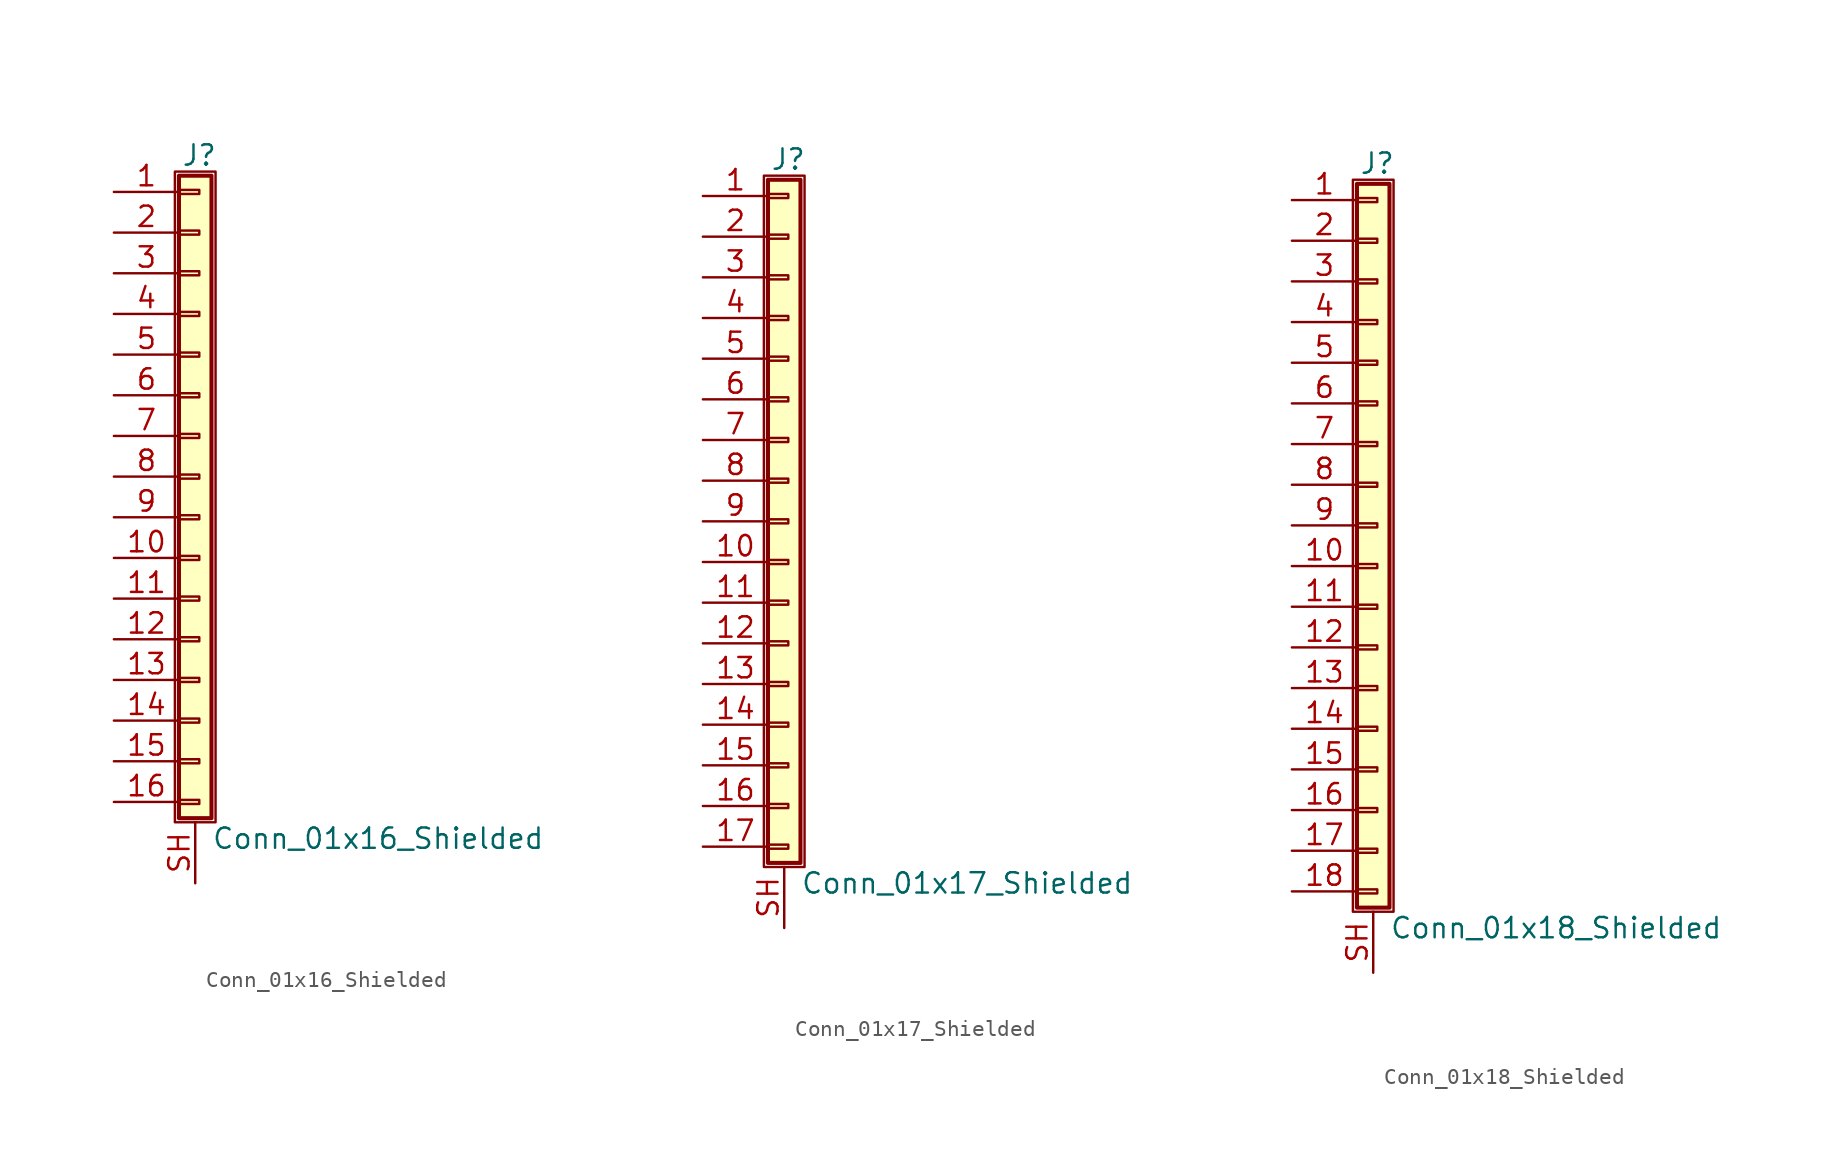
<source format=kicad_sym>
(kicad_symbol_lib
  (version 20201005)
  (generator kicad_symbol_editor)
  (symbol "Conn_01x16_Shielded"
    (pin_names
      (offset 1.016) hide)
    (property "Reference" "J"
      (at 0.254 20.066 0)
      (effects (font (size 1.27 1.27))))
    (property "Value" "Conn_01x16_Shielded"
      (at 1.016 -22.606 0)
      (effects (font (size 1.27 1.27)) (justify left)))
    (symbol "Conn_01x16_Shielded_1_1"
      (rectangle (start -1.27 19.05) (end 1.27 -21.59) (stroke (width 0.152)) (fill (type none)))
      (rectangle (start -1.016 -20.193) (end 0.254 -20.447) (stroke (width 0.152)) (fill (type none)))
      (rectangle (start -1.016 -17.653) (end 0.254 -17.907) (stroke (width 0.152)) (fill (type none)))
      (rectangle (start -1.016 -15.113) (end 0.254 -15.367) (stroke (width 0.152)) (fill (type none)))
      (rectangle (start -1.016 -12.573) (end 0.254 -12.827) (stroke (width 0.152)) (fill (type none)))
      (rectangle (start -1.016 -10.033) (end 0.254 -10.287) (stroke (width 0.152)) (fill (type none)))
      (rectangle (start -1.016 -7.493) (end 0.254 -7.747) (stroke (width 0.152)) (fill (type none)))
      (rectangle (start -1.016 -4.953) (end 0.254 -5.207) (stroke (width 0.152)) (fill (type none)))
      (rectangle (start -1.016 -2.413) (end 0.254 -2.667) (stroke (width 0.152)) (fill (type none)))
      (rectangle (start -1.016 0.127) (end 0.254 -0.127) (stroke (width 0.152)) (fill (type none)))
      (rectangle (start -1.016 2.667) (end 0.254 2.413) (stroke (width 0.152)) (fill (type none)))
      (rectangle (start -1.016 5.207) (end 0.254 4.953) (stroke (width 0.152)) (fill (type none)))
      (rectangle (start -1.016 7.747) (end 0.254 7.493) (stroke (width 0.152)) (fill (type none)))
      (rectangle (start -1.016 10.287) (end 0.254 10.033) (stroke (width 0.152)) (fill (type none)))
      (rectangle (start -1.016 12.827) (end 0.254 12.573) (stroke (width 0.152)) (fill (type none)))
      (rectangle (start -1.016 15.367) (end 0.254 15.113) (stroke (width 0.152)) (fill (type none)))
      (rectangle (start -1.016 17.907) (end 0.254 17.653) (stroke (width 0.152)) (fill (type none)))
      (rectangle (start -1.016 18.796) (end 1.016 -21.336) (stroke (width 0.254)) (fill (type background)))
      (pin passive line (at -5.08 17.78 0) (length 4.064) (name "Pin_1" (effects (font (size 1.27 1.27)))) (number "1" (effects (font (size 1.27 1.27)))))
      (pin passive line (at -5.08 -5.08 0) (length 4.064) (name "Pin_10" (effects (font (size 1.27 1.27)))) (number "10" (effects (font (size 1.27 1.27)))))
      (pin passive line (at -5.08 -7.62 0) (length 4.064) (name "Pin_11" (effects (font (size 1.27 1.27)))) (number "11" (effects (font (size 1.27 1.27)))))
      (pin passive line (at -5.08 -10.16 0) (length 4.064) (name "Pin_12" (effects (font (size 1.27 1.27)))) (number "12" (effects (font (size 1.27 1.27)))))
      (pin passive line (at -5.08 -12.7 0) (length 4.064) (name "Pin_13" (effects (font (size 1.27 1.27)))) (number "13" (effects (font (size 1.27 1.27)))))
      (pin passive line (at -5.08 -15.24 0) (length 4.064) (name "Pin_14" (effects (font (size 1.27 1.27)))) (number "14" (effects (font (size 1.27 1.27)))))
      (pin passive line (at -5.08 -17.78 0) (length 4.064) (name "Pin_15" (effects (font (size 1.27 1.27)))) (number "15" (effects (font (size 1.27 1.27)))))
      (pin passive line (at -5.08 -20.32 0) (length 4.064) (name "Pin_16" (effects (font (size 1.27 1.27)))) (number "16" (effects (font (size 1.27 1.27)))))
      (pin passive line (at -5.08 15.24 0) (length 4.064) (name "Pin_2" (effects (font (size 1.27 1.27)))) (number "2" (effects (font (size 1.27 1.27)))))
      (pin passive line (at -5.08 12.7 0) (length 4.064) (name "Pin_3" (effects (font (size 1.27 1.27)))) (number "3" (effects (font (size 1.27 1.27)))))
      (pin passive line (at -5.08 10.16 0) (length 4.064) (name "Pin_4" (effects (font (size 1.27 1.27)))) (number "4" (effects (font (size 1.27 1.27)))))
      (pin passive line (at -5.08 7.62 0) (length 4.064) (name "Pin_5" (effects (font (size 1.27 1.27)))) (number "5" (effects (font (size 1.27 1.27)))))
      (pin passive line (at -5.08 5.08 0) (length 4.064) (name "Pin_6" (effects (font (size 1.27 1.27)))) (number "6" (effects (font (size 1.27 1.27)))))
      (pin passive line (at -5.08 2.54 0) (length 4.064) (name "Pin_7" (effects (font (size 1.27 1.27)))) (number "7" (effects (font (size 1.27 1.27)))))
      (pin passive line (at -5.08 0 0) (length 4.064) (name "Pin_8" (effects (font (size 1.27 1.27)))) (number "8" (effects (font (size 1.27 1.27)))))
      (pin passive line (at -5.08 -2.54 0) (length 4.064) (name "Pin_9" (effects (font (size 1.27 1.27)))) (number "9" (effects (font (size 1.27 1.27)))))
      (pin passive line (at 0 -25.4 90) (length 3.81) (name "Shield" (effects (font (size 1.27 1.27)))) (number "SH" (effects (font (size 1.27 1.27)))))))
  (symbol "Conn_01x17_Shielded"
    (pin_names
      (offset 1.016) hide)
    (property "Reference" "J"
      (at 0.254 22.606 0)
      (effects (font (size 1.27 1.27))))
    (property "Value" "Conn_01x17_Shielded"
      (at 1.016 -22.606 0)
      (effects (font (size 1.27 1.27)) (justify left)))
    (symbol "Conn_01x17_Shielded_1_1"
      (rectangle (start -1.27 21.59) (end 1.27 -21.59) (stroke (width 0.152)) (fill (type none)))
      (rectangle (start -1.016 -20.193) (end 0.254 -20.447) (stroke (width 0.152)) (fill (type none)))
      (rectangle (start -1.016 -17.653) (end 0.254 -17.907) (stroke (width 0.152)) (fill (type none)))
      (rectangle (start -1.016 -15.113) (end 0.254 -15.367) (stroke (width 0.152)) (fill (type none)))
      (rectangle (start -1.016 -12.573) (end 0.254 -12.827) (stroke (width 0.152)) (fill (type none)))
      (rectangle (start -1.016 -10.033) (end 0.254 -10.287) (stroke (width 0.152)) (fill (type none)))
      (rectangle (start -1.016 -7.493) (end 0.254 -7.747) (stroke (width 0.152)) (fill (type none)))
      (rectangle (start -1.016 -4.953) (end 0.254 -5.207) (stroke (width 0.152)) (fill (type none)))
      (rectangle (start -1.016 -2.413) (end 0.254 -2.667) (stroke (width 0.152)) (fill (type none)))
      (rectangle (start -1.016 0.127) (end 0.254 -0.127) (stroke (width 0.152)) (fill (type none)))
      (rectangle (start -1.016 2.667) (end 0.254 2.413) (stroke (width 0.152)) (fill (type none)))
      (rectangle (start -1.016 5.207) (end 0.254 4.953) (stroke (width 0.152)) (fill (type none)))
      (rectangle (start -1.016 7.747) (end 0.254 7.493) (stroke (width 0.152)) (fill (type none)))
      (rectangle (start -1.016 10.287) (end 0.254 10.033) (stroke (width 0.152)) (fill (type none)))
      (rectangle (start -1.016 12.827) (end 0.254 12.573) (stroke (width 0.152)) (fill (type none)))
      (rectangle (start -1.016 15.367) (end 0.254 15.113) (stroke (width 0.152)) (fill (type none)))
      (rectangle (start -1.016 17.907) (end 0.254 17.653) (stroke (width 0.152)) (fill (type none)))
      (rectangle (start -1.016 20.447) (end 0.254 20.193) (stroke (width 0.152)) (fill (type none)))
      (rectangle (start -1.016 21.336) (end 1.016 -21.336) (stroke (width 0.254)) (fill (type background)))
      (pin passive line (at -5.08 20.32 0) (length 4.064) (name "Pin_1" (effects (font (size 1.27 1.27)))) (number "1" (effects (font (size 1.27 1.27)))))
      (pin passive line (at -5.08 -2.54 0) (length 4.064) (name "Pin_10" (effects (font (size 1.27 1.27)))) (number "10" (effects (font (size 1.27 1.27)))))
      (pin passive line (at -5.08 -5.08 0) (length 4.064) (name "Pin_11" (effects (font (size 1.27 1.27)))) (number "11" (effects (font (size 1.27 1.27)))))
      (pin passive line (at -5.08 -7.62 0) (length 4.064) (name "Pin_12" (effects (font (size 1.27 1.27)))) (number "12" (effects (font (size 1.27 1.27)))))
      (pin passive line (at -5.08 -10.16 0) (length 4.064) (name "Pin_13" (effects (font (size 1.27 1.27)))) (number "13" (effects (font (size 1.27 1.27)))))
      (pin passive line (at -5.08 -12.7 0) (length 4.064) (name "Pin_14" (effects (font (size 1.27 1.27)))) (number "14" (effects (font (size 1.27 1.27)))))
      (pin passive line (at -5.08 -15.24 0) (length 4.064) (name "Pin_15" (effects (font (size 1.27 1.27)))) (number "15" (effects (font (size 1.27 1.27)))))
      (pin passive line (at -5.08 -17.78 0) (length 4.064) (name "Pin_16" (effects (font (size 1.27 1.27)))) (number "16" (effects (font (size 1.27 1.27)))))
      (pin passive line (at -5.08 -20.32 0) (length 4.064) (name "Pin_17" (effects (font (size 1.27 1.27)))) (number "17" (effects (font (size 1.27 1.27)))))
      (pin passive line (at -5.08 17.78 0) (length 4.064) (name "Pin_2" (effects (font (size 1.27 1.27)))) (number "2" (effects (font (size 1.27 1.27)))))
      (pin passive line (at -5.08 15.24 0) (length 4.064) (name "Pin_3" (effects (font (size 1.27 1.27)))) (number "3" (effects (font (size 1.27 1.27)))))
      (pin passive line (at -5.08 12.7 0) (length 4.064) (name "Pin_4" (effects (font (size 1.27 1.27)))) (number "4" (effects (font (size 1.27 1.27)))))
      (pin passive line (at -5.08 10.16 0) (length 4.064) (name "Pin_5" (effects (font (size 1.27 1.27)))) (number "5" (effects (font (size 1.27 1.27)))))
      (pin passive line (at -5.08 7.62 0) (length 4.064) (name "Pin_6" (effects (font (size 1.27 1.27)))) (number "6" (effects (font (size 1.27 1.27)))))
      (pin passive line (at -5.08 5.08 0) (length 4.064) (name "Pin_7" (effects (font (size 1.27 1.27)))) (number "7" (effects (font (size 1.27 1.27)))))
      (pin passive line (at -5.08 2.54 0) (length 4.064) (name "Pin_8" (effects (font (size 1.27 1.27)))) (number "8" (effects (font (size 1.27 1.27)))))
      (pin passive line (at -5.08 0 0) (length 4.064) (name "Pin_9" (effects (font (size 1.27 1.27)))) (number "9" (effects (font (size 1.27 1.27)))))
      (pin passive line (at 0 -25.4 90) (length 3.81) (name "Shield" (effects (font (size 1.27 1.27)))) (number "SH" (effects (font (size 1.27 1.27)))))))
  (symbol "Conn_01x18_Shielded"
    (pin_names
      (offset 1.016) hide)
    (property "Reference" "J"
      (at 0.254 22.606 0)
      (effects (font (size 1.27 1.27))))
    (property "Value" "Conn_01x18_Shielded"
      (at 1.016 -25.146 0)
      (effects (font (size 1.27 1.27)) (justify left)))
    (symbol "Conn_01x18_Shielded_1_1"
      (rectangle (start -1.27 21.59) (end 1.27 -24.13) (stroke (width 0.152)) (fill (type none)))
      (rectangle (start -1.016 -22.733) (end 0.254 -22.987) (stroke (width 0.152)) (fill (type none)))
      (rectangle (start -1.016 -20.193) (end 0.254 -20.447) (stroke (width 0.152)) (fill (type none)))
      (rectangle (start -1.016 -17.653) (end 0.254 -17.907) (stroke (width 0.152)) (fill (type none)))
      (rectangle (start -1.016 -15.113) (end 0.254 -15.367) (stroke (width 0.152)) (fill (type none)))
      (rectangle (start -1.016 -12.573) (end 0.254 -12.827) (stroke (width 0.152)) (fill (type none)))
      (rectangle (start -1.016 -10.033) (end 0.254 -10.287) (stroke (width 0.152)) (fill (type none)))
      (rectangle (start -1.016 -7.493) (end 0.254 -7.747) (stroke (width 0.152)) (fill (type none)))
      (rectangle (start -1.016 -4.953) (end 0.254 -5.207) (stroke (width 0.152)) (fill (type none)))
      (rectangle (start -1.016 -2.413) (end 0.254 -2.667) (stroke (width 0.152)) (fill (type none)))
      (rectangle (start -1.016 0.127) (end 0.254 -0.127) (stroke (width 0.152)) (fill (type none)))
      (rectangle (start -1.016 2.667) (end 0.254 2.413) (stroke (width 0.152)) (fill (type none)))
      (rectangle (start -1.016 5.207) (end 0.254 4.953) (stroke (width 0.152)) (fill (type none)))
      (rectangle (start -1.016 7.747) (end 0.254 7.493) (stroke (width 0.152)) (fill (type none)))
      (rectangle (start -1.016 10.287) (end 0.254 10.033) (stroke (width 0.152)) (fill (type none)))
      (rectangle (start -1.016 12.827) (end 0.254 12.573) (stroke (width 0.152)) (fill (type none)))
      (rectangle (start -1.016 15.367) (end 0.254 15.113) (stroke (width 0.152)) (fill (type none)))
      (rectangle (start -1.016 17.907) (end 0.254 17.653) (stroke (width 0.152)) (fill (type none)))
      (rectangle (start -1.016 20.447) (end 0.254 20.193) (stroke (width 0.152)) (fill (type none)))
      (rectangle (start -1.016 21.336) (end 1.016 -23.876) (stroke (width 0.254)) (fill (type background)))
      (pin passive line (at -5.08 20.32 0) (length 4.064) (name "Pin_1" (effects (font (size 1.27 1.27)))) (number "1" (effects (font (size 1.27 1.27)))))
      (pin passive line (at -5.08 -2.54 0) (length 4.064) (name "Pin_10" (effects (font (size 1.27 1.27)))) (number "10" (effects (font (size 1.27 1.27)))))
      (pin passive line (at -5.08 -5.08 0) (length 4.064) (name "Pin_11" (effects (font (size 1.27 1.27)))) (number "11" (effects (font (size 1.27 1.27)))))
      (pin passive line (at -5.08 -7.62 0) (length 4.064) (name "Pin_12" (effects (font (size 1.27 1.27)))) (number "12" (effects (font (size 1.27 1.27)))))
      (pin passive line (at -5.08 -10.16 0) (length 4.064) (name "Pin_13" (effects (font (size 1.27 1.27)))) (number "13" (effects (font (size 1.27 1.27)))))
      (pin passive line (at -5.08 -12.7 0) (length 4.064) (name "Pin_14" (effects (font (size 1.27 1.27)))) (number "14" (effects (font (size 1.27 1.27)))))
      (pin passive line (at -5.08 -15.24 0) (length 4.064) (name "Pin_15" (effects (font (size 1.27 1.27)))) (number "15" (effects (font (size 1.27 1.27)))))
      (pin passive line (at -5.08 -17.78 0) (length 4.064) (name "Pin_16" (effects (font (size 1.27 1.27)))) (number "16" (effects (font (size 1.27 1.27)))))
      (pin passive line (at -5.08 -20.32 0) (length 4.064) (name "Pin_17" (effects (font (size 1.27 1.27)))) (number "17" (effects (font (size 1.27 1.27)))))
      (pin passive line (at -5.08 -22.86 0) (length 4.064) (name "Pin_18" (effects (font (size 1.27 1.27)))) (number "18" (effects (font (size 1.27 1.27)))))
      (pin passive line (at -5.08 17.78 0) (length 4.064) (name "Pin_2" (effects (font (size 1.27 1.27)))) (number "2" (effects (font (size 1.27 1.27)))))
      (pin passive line (at -5.08 15.24 0) (length 4.064) (name "Pin_3" (effects (font (size 1.27 1.27)))) (number "3" (effects (font (size 1.27 1.27)))))
      (pin passive line (at -5.08 12.7 0) (length 4.064) (name "Pin_4" (effects (font (size 1.27 1.27)))) (number "4" (effects (font (size 1.27 1.27)))))
      (pin passive line (at -5.08 10.16 0) (length 4.064) (name "Pin_5" (effects (font (size 1.27 1.27)))) (number "5" (effects (font (size 1.27 1.27)))))
      (pin passive line (at -5.08 7.62 0) (length 4.064) (name "Pin_6" (effects (font (size 1.27 1.27)))) (number "6" (effects (font (size 1.27 1.27)))))
      (pin passive line (at -5.08 5.08 0) (length 4.064) (name "Pin_7" (effects (font (size 1.27 1.27)))) (number "7" (effects (font (size 1.27 1.27)))))
      (pin passive line (at -5.08 2.54 0) (length 4.064) (name "Pin_8" (effects (font (size 1.27 1.27)))) (number "8" (effects (font (size 1.27 1.27)))))
      (pin passive line (at -5.08 0 0) (length 4.064) (name "Pin_9" (effects (font (size 1.27 1.27)))) (number "9" (effects (font (size 1.27 1.27)))))
      (pin passive line (at 0 -27.94 90) (length 3.81) (name "Shield" (effects (font (size 1.27 1.27)))) (number "SH" (effects (font (size 1.27 1.27))))))))
</source>
